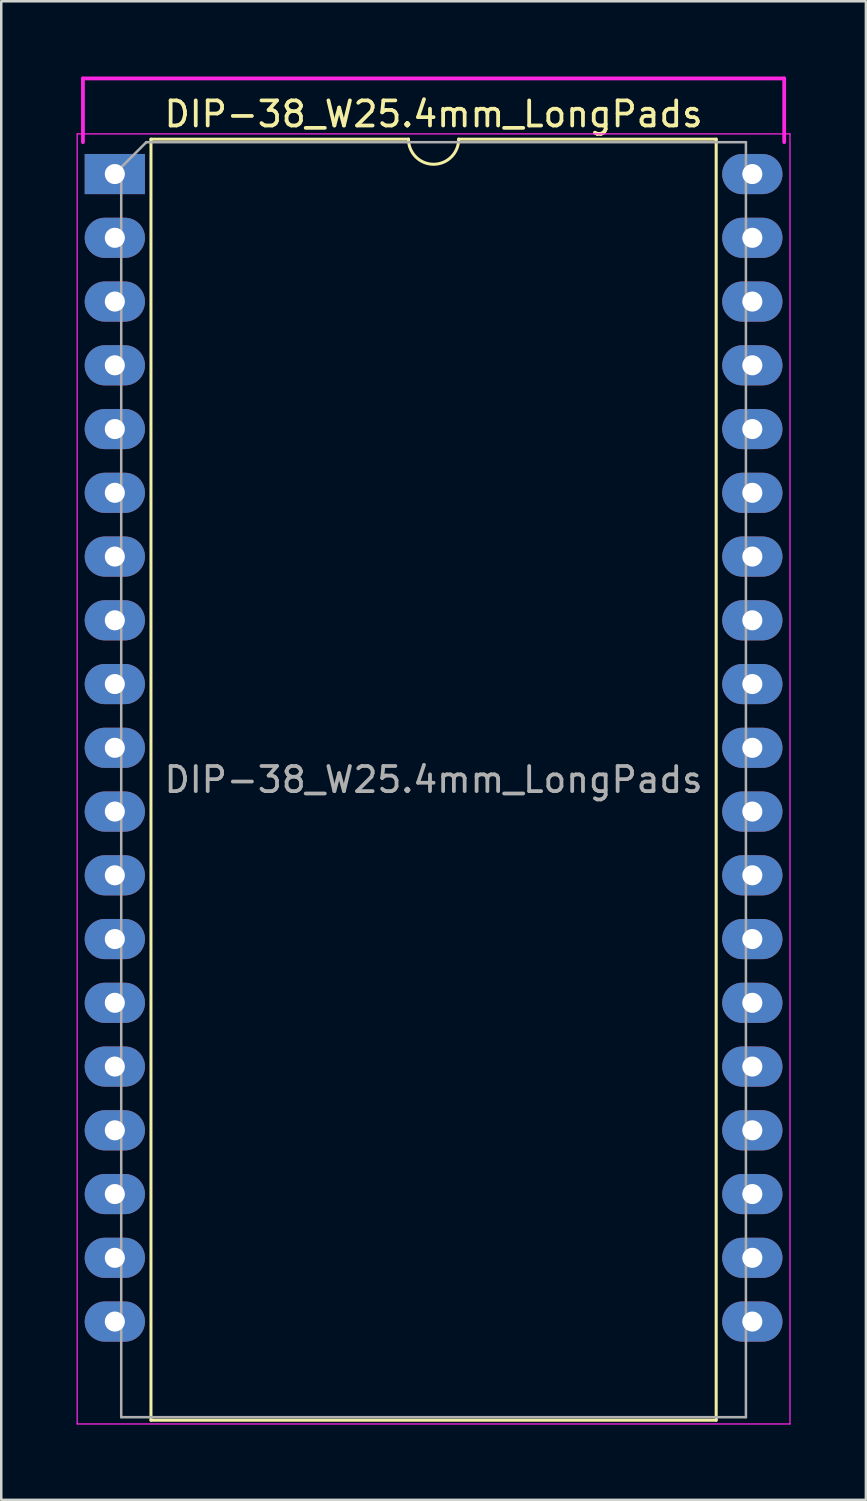
<source format=kicad_pcb>
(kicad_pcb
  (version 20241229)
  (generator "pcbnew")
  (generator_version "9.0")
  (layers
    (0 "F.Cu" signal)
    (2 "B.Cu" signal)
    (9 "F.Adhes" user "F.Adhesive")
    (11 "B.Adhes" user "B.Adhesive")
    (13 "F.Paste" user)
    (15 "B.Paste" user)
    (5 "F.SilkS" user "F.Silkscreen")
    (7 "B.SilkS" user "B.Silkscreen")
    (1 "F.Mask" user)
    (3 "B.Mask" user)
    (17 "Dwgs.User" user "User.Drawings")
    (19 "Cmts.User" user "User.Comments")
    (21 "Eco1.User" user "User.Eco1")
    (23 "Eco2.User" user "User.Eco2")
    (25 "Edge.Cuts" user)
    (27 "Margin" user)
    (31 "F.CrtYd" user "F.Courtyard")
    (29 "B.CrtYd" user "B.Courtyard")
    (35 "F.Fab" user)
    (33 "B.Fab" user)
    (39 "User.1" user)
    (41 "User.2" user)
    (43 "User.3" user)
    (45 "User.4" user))
  (footprint "DIP-38_W25.4mm_LongPads"
    (layer "F.Cu")
    (at 1.525 3.885)
    (property "Reference" "DIP-38_W25.4mm_LongPads" (at 12.7 -2.39 0) (layer "F.SilkS") (effects (font (size 1 1) (thickness 0.15))))
    (attr through_hole)
    (fp_line (start 1.44 -1.39) (end 1.44 49.65) (stroke (width 0.12) (type solid)) (layer "F.SilkS"))
    (fp_line (start 1.44 49.65) (end 23.96 49.65) (stroke (width 0.12) (type solid)) (layer "F.SilkS"))
    (fp_line (start 11.7 -1.39) (end 1.44 -1.39) (stroke (width 0.12) (type solid)) (layer "F.SilkS"))
    (fp_line (start 23.96 -1.39) (end 13.7 -1.39) (stroke (width 0.12) (type solid)) (layer "F.SilkS"))
    (fp_line (start 23.96 49.65) (end 23.96 -1.39) (stroke (width 0.12) (type solid)) (layer "F.SilkS"))
    (fp_arc (start 13.7 -1.39) (mid 12.7 -0.39) (end 11.7 -1.39) (stroke (width 0.12) (type solid)) (layer "F.SilkS"))
    (fp_line (start -1.5 -1.6) (end -1.5 49.8) (stroke (width 0.05) (type solid)) (layer "F.CrtYd"))
    (fp_line (start -1.5 49.8) (end 26.9 49.8) (stroke (width 0.05) (type solid)) (layer "F.CrtYd"))
    (fp_line (start -1.27 -3.81) (end 26.67 -3.81) (stroke (width 0.15) (type solid)) (layer "F.CrtYd"))
    (fp_line (start -1.27 -1.27) (end -1.27 -3.81) (stroke (width 0.15) (type solid)) (layer "F.CrtYd"))
    (fp_line (start 26.67 -3.81) (end 26.67 -1.27) (stroke (width 0.15) (type solid)) (layer "F.CrtYd"))
    (fp_line (start 26.9 -1.6) (end -1.5 -1.6) (stroke (width 0.05) (type solid)) (layer "F.CrtYd"))
    (fp_line (start 26.9 49.8) (end 26.9 -1.6) (stroke (width 0.05) (type solid)) (layer "F.CrtYd"))
    (fp_line (start 0.255 -0.27) (end 1.255 -1.27) (stroke (width 0.1) (type solid)) (layer "F.Fab"))
    (fp_line (start 0.255 49.53) (end 0.255 -0.27) (stroke (width 0.1) (type solid)) (layer "F.Fab"))
    (fp_line (start 1.255 -1.27) (end 25.145 -1.27) (stroke (width 0.1) (type solid)) (layer "F.Fab"))
    (fp_line (start 25.145 -1.27) (end 25.145 49.53) (stroke (width 0.1) (type solid)) (layer "F.Fab"))
    (fp_line (start 25.145 49.53) (end 0.255 49.53) (stroke (width 0.1) (type solid)) (layer "F.Fab"))
    (fp_text user "${REFERENCE}" (at 12.7 24.13 0) (layer "F.Fab") (effects (font (size 1 1) (thickness 0.15))))
    (pad "1" thru_hole rect (at 0 0) (size 2.4 1.6) (drill 0.8) (layers "*.Cu" "*.Mask"))
    (pad "2" thru_hole oval (at 0 2.54) (size 2.4 1.6) (drill 0.8) (layers "*.Cu" "*.Mask"))
    (pad "3" thru_hole oval (at 0 5.08) (size 2.4 1.6) (drill 0.8) (layers "*.Cu" "*.Mask"))
    (pad "4" thru_hole oval (at 0 7.62) (size 2.4 1.6) (drill 0.8) (layers "*.Cu" "*.Mask"))
    (pad "5" thru_hole oval (at 0 10.16) (size 2.4 1.6) (drill 0.8) (layers "*.Cu" "*.Mask"))
    (pad "6" thru_hole oval (at 0 12.7) (size 2.4 1.6) (drill 0.8) (layers "*.Cu" "*.Mask"))
    (pad "7" thru_hole oval (at 0 15.24) (size 2.4 1.6) (drill 0.8) (layers "*.Cu" "*.Mask"))
    (pad "8" thru_hole oval (at 0 17.78) (size 2.4 1.6) (drill 0.8) (layers "*.Cu" "*.Mask"))
    (pad "9" thru_hole oval (at 0 20.32) (size 2.4 1.6) (drill 0.8) (layers "*.Cu" "*.Mask"))
    (pad "10" thru_hole oval (at 0 22.86) (size 2.4 1.6) (drill 0.8) (layers "*.Cu" "*.Mask"))
    (pad "11" thru_hole oval (at 0 25.4) (size 2.4 1.6) (drill 0.8) (layers "*.Cu" "*.Mask"))
    (pad "12" thru_hole oval (at 0 27.94) (size 2.4 1.6) (drill 0.8) (layers "*.Cu" "*.Mask"))
    (pad "13" thru_hole oval (at 0 30.48) (size 2.4 1.6) (drill 0.8) (layers "*.Cu" "*.Mask"))
    (pad "14" thru_hole oval (at 0 33.02) (size 2.4 1.6) (drill 0.8) (layers "*.Cu" "*.Mask"))
    (pad "15" thru_hole oval (at 0 35.56) (size 2.4 1.6) (drill 0.8) (layers "*.Cu" "*.Mask"))
    (pad "16" thru_hole oval (at 0 38.1) (size 2.4 1.6) (drill 0.8) (layers "*.Cu" "*.Mask"))
    (pad "17" thru_hole oval (at 0 40.64) (size 2.4 1.6) (drill 0.8) (layers "*.Cu" "*.Mask"))
    (pad "18" thru_hole oval (at 0 43.18) (size 2.4 1.6) (drill 0.8) (layers "*.Cu" "*.Mask"))
    (pad "19" thru_hole oval (at 0 45.72) (size 2.4 1.6) (drill 0.8) (layers "*.Cu" "*.Mask"))
    (pad "20" thru_hole oval (at 25.4 45.72) (size 2.4 1.6) (drill 0.8) (layers "*.Cu" "*.Mask"))
    (pad "21" thru_hole oval (at 25.4 43.18) (size 2.4 1.6) (drill 0.8) (layers "*.Cu" "*.Mask"))
    (pad "22" thru_hole oval (at 25.4 40.64) (size 2.4 1.6) (drill 0.8) (layers "*.Cu" "*.Mask"))
    (pad "23" thru_hole oval (at 25.4 38.1) (size 2.4 1.6) (drill 0.8) (layers "*.Cu" "*.Mask"))
    (pad "24" thru_hole oval (at 25.4 35.56) (size 2.4 1.6) (drill 0.8) (layers "*.Cu" "*.Mask"))
    (pad "25" thru_hole oval (at 25.4 33.02) (size 2.4 1.6) (drill 0.8) (layers "*.Cu" "*.Mask"))
    (pad "26" thru_hole oval (at 25.4 30.48) (size 2.4 1.6) (drill 0.8) (layers "*.Cu" "*.Mask"))
    (pad "27" thru_hole oval (at 25.4 27.94) (size 2.4 1.6) (drill 0.8) (layers "*.Cu" "*.Mask"))
    (pad "28" thru_hole oval (at 25.4 25.4) (size 2.4 1.6) (drill 0.8) (layers "*.Cu" "*.Mask"))
    (pad "29" thru_hole oval (at 25.4 22.86) (size 2.4 1.6) (drill 0.8) (layers "*.Cu" "*.Mask"))
    (pad "30" thru_hole oval (at 25.4 20.32) (size 2.4 1.6) (drill 0.8) (layers "*.Cu" "*.Mask"))
    (pad "31" thru_hole oval (at 25.4 17.78) (size 2.4 1.6) (drill 0.8) (layers "*.Cu" "*.Mask"))
    (pad "32" thru_hole oval (at 25.4 15.24) (size 2.4 1.6) (drill 0.8) (layers "*.Cu" "*.Mask"))
    (pad "33" thru_hole oval (at 25.4 12.7) (size 2.4 1.6) (drill 0.8) (layers "*.Cu" "*.Mask"))
    (pad "34" thru_hole oval (at 25.4 10.16) (size 2.4 1.6) (drill 0.8) (layers "*.Cu" "*.Mask"))
    (pad "35" thru_hole oval (at 25.4 7.62) (size 2.4 1.6) (drill 0.8) (layers "*.Cu" "*.Mask"))
    (pad "36" thru_hole oval (at 25.4 5.08) (size 2.4 1.6) (drill 0.8) (layers "*.Cu" "*.Mask"))
    (pad "37" thru_hole oval (at 25.4 2.54) (size 2.4 1.6) (drill 0.8) (layers "*.Cu" "*.Mask"))
    (pad "38" thru_hole oval (at 25.4 0) (size 2.4 1.6) (drill 0.8) (layers "*.Cu" "*.Mask")))
  (gr_rect
    (start -3 -3)
    (end 31.45 56.71)
    (stroke (width 0.1) (type default))
    (fill no)
    (layer "Edge.Cuts")))
</source>
